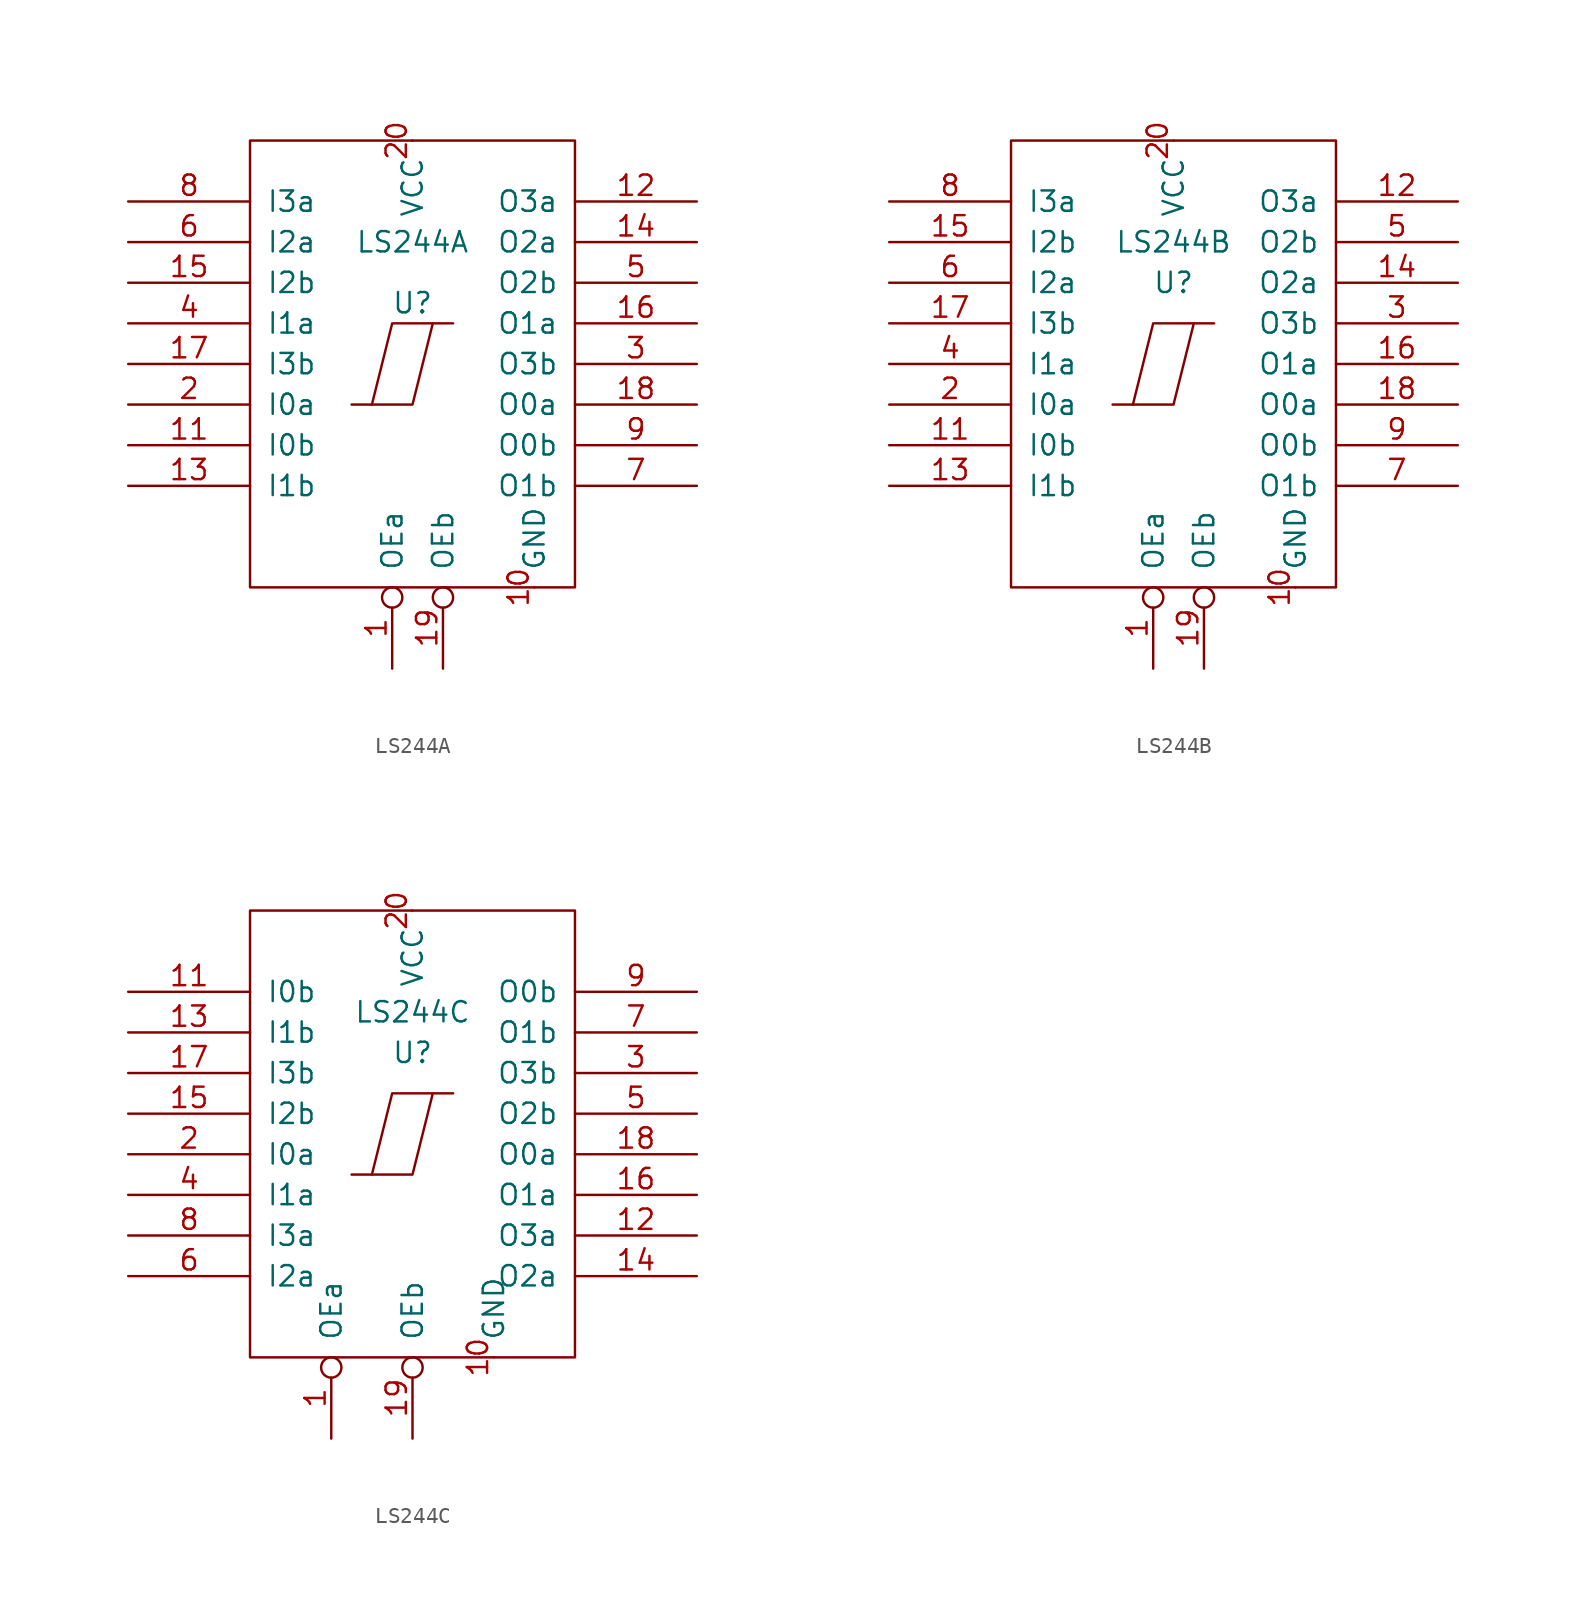
<source format=kicad_sym>
(kicad_symbol_lib
  (version 20211014)
  (generator kicad_symbol_editor)
  (symbol "LS244A"
    (pin_names
      (offset 1.016))
    (property "Reference" "U"
      (at 0 3.81 0)
      (effects (font (size 1.27 1.27))))
    (property "Value" "LS244A"
      (at 0 7.62 0)
      (effects (font (size 1.27 1.27))))
    (symbol "LS244A_1_1"
      (rectangle (start -10.16 13.97) (end 10.16 -13.97) (stroke (width 0) (type default) (color 0 0 0 0)) (fill (type none)))
      (polyline (pts (xy 1.27 2.54) (xy 0 -2.54) (xy -2.54 -2.54)) (stroke (width 0) (type default) (color 0 0 0 0)) (fill (type none)))
      (polyline (pts (xy 2.54 2.54) (xy -1.27 2.54) (xy -2.54 -2.54) (xy -3.81 -2.54)) (stroke (width 0) (type default) (color 0 0 0 0)) (fill (type none)))
      (pin input inverted (at -1.27 -19.05 90) (length 5.08) (name "OEa" (effects (font (size 1.27 1.27)))) (number "1" (effects (font (size 1.27 1.27)))))
      (pin power_in line (at 7.62 -13.97 90) (length 0) (name "GND" (effects (font (size 1.27 1.27)))) (number "10" (effects (font (size 1.27 1.27)))))
      (pin input line (at -17.78 -5.08 0) (length 7.62) (name "I0b" (effects (font (size 1.27 1.27)))) (number "11" (effects (font (size 1.27 1.27)))))
      (pin tri_state line (at 17.78 10.16 180) (length 7.62) (name "O3a" (effects (font (size 1.27 1.27)))) (number "12" (effects (font (size 1.27 1.27)))))
      (pin input line (at -17.78 -7.62 0) (length 7.62) (name "I1b" (effects (font (size 1.27 1.27)))) (number "13" (effects (font (size 1.27 1.27)))))
      (pin tri_state line (at 17.78 7.62 180) (length 7.62) (name "O2a" (effects (font (size 1.27 1.27)))) (number "14" (effects (font (size 1.27 1.27)))))
      (pin input line (at -17.78 5.08 0) (length 7.62) (name "I2b" (effects (font (size 1.27 1.27)))) (number "15" (effects (font (size 1.27 1.27)))))
      (pin tri_state line (at 17.78 2.54 180) (length 7.62) (name "O1a" (effects (font (size 1.27 1.27)))) (number "16" (effects (font (size 1.27 1.27)))))
      (pin input line (at -17.78 0 0) (length 7.62) (name "I3b" (effects (font (size 1.27 1.27)))) (number "17" (effects (font (size 1.27 1.27)))))
      (pin tri_state line (at 17.78 -2.54 180) (length 7.62) (name "O0a" (effects (font (size 1.27 1.27)))) (number "18" (effects (font (size 1.27 1.27)))))
      (pin input inverted (at 1.905 -19.05 90) (length 5.08) (name "OEb" (effects (font (size 1.27 1.27)))) (number "19" (effects (font (size 1.27 1.27)))))
      (pin input line (at -17.78 -2.54 0) (length 7.62) (name "I0a" (effects (font (size 1.27 1.27)))) (number "2" (effects (font (size 1.27 1.27)))))
      (pin power_in line (at 0 13.97 270) (length 0) (name "VCC" (effects (font (size 1.27 1.27)))) (number "20" (effects (font (size 1.27 1.27)))))
      (pin tri_state line (at 17.78 0 180) (length 7.62) (name "O3b" (effects (font (size 1.27 1.27)))) (number "3" (effects (font (size 1.27 1.27)))))
      (pin input line (at -17.78 2.54 0) (length 7.62) (name "I1a" (effects (font (size 1.27 1.27)))) (number "4" (effects (font (size 1.27 1.27)))))
      (pin tri_state line (at 17.78 5.08 180) (length 7.62) (name "O2b" (effects (font (size 1.27 1.27)))) (number "5" (effects (font (size 1.27 1.27)))))
      (pin input line (at -17.78 7.62 0) (length 7.62) (name "I2a" (effects (font (size 1.27 1.27)))) (number "6" (effects (font (size 1.27 1.27)))))
      (pin tri_state line (at 17.78 -7.62 180) (length 7.62) (name "O1b" (effects (font (size 1.27 1.27)))) (number "7" (effects (font (size 1.27 1.27)))))
      (pin input line (at -17.78 10.16 0) (length 7.62) (name "I3a" (effects (font (size 1.27 1.27)))) (number "8" (effects (font (size 1.27 1.27)))))
      (pin tri_state line (at 17.78 -5.08 180) (length 7.62) (name "O0b" (effects (font (size 1.27 1.27)))) (number "9" (effects (font (size 1.27 1.27)))))))
  (symbol "LS244B"
    (pin_names
      (offset 1.016))
    (property "Reference" "U"
      (at 0 5.08 0)
      (effects (font (size 1.27 1.27))))
    (property "Value" "LS244B"
      (at 0 7.62 0)
      (effects (font (size 1.27 1.27))))
    (symbol "LS244B_1_1"
      (rectangle (start -10.16 13.97) (end 10.16 -13.97) (stroke (width 0) (type default) (color 0 0 0 0)) (fill (type none)))
      (polyline (pts (xy 1.27 2.54) (xy 0 -2.54) (xy -2.54 -2.54)) (stroke (width 0) (type default) (color 0 0 0 0)) (fill (type none)))
      (polyline (pts (xy 2.54 2.54) (xy -1.27 2.54) (xy -2.54 -2.54) (xy -3.81 -2.54)) (stroke (width 0) (type default) (color 0 0 0 0)) (fill (type none)))
      (pin input inverted (at -1.27 -19.05 90) (length 5.08) (name "OEa" (effects (font (size 1.27 1.27)))) (number "1" (effects (font (size 1.27 1.27)))))
      (pin power_in line (at 7.62 -13.97 90) (length 0) (name "GND" (effects (font (size 1.27 1.27)))) (number "10" (effects (font (size 1.27 1.27)))))
      (pin input line (at -17.78 -5.08 0) (length 7.62) (name "I0b" (effects (font (size 1.27 1.27)))) (number "11" (effects (font (size 1.27 1.27)))))
      (pin tri_state line (at 17.78 10.16 180) (length 7.62) (name "O3a" (effects (font (size 1.27 1.27)))) (number "12" (effects (font (size 1.27 1.27)))))
      (pin input line (at -17.78 -7.62 0) (length 7.62) (name "I1b" (effects (font (size 1.27 1.27)))) (number "13" (effects (font (size 1.27 1.27)))))
      (pin tri_state line (at 17.78 5.08 180) (length 7.62) (name "O2a" (effects (font (size 1.27 1.27)))) (number "14" (effects (font (size 1.27 1.27)))))
      (pin input line (at -17.78 7.62 0) (length 7.62) (name "I2b" (effects (font (size 1.27 1.27)))) (number "15" (effects (font (size 1.27 1.27)))))
      (pin tri_state line (at 17.78 0 180) (length 7.62) (name "O1a" (effects (font (size 1.27 1.27)))) (number "16" (effects (font (size 1.27 1.27)))))
      (pin input line (at -17.78 2.54 0) (length 7.62) (name "I3b" (effects (font (size 1.27 1.27)))) (number "17" (effects (font (size 1.27 1.27)))))
      (pin tri_state line (at 17.78 -2.54 180) (length 7.62) (name "O0a" (effects (font (size 1.27 1.27)))) (number "18" (effects (font (size 1.27 1.27)))))
      (pin input inverted (at 1.905 -19.05 90) (length 5.08) (name "OEb" (effects (font (size 1.27 1.27)))) (number "19" (effects (font (size 1.27 1.27)))))
      (pin input line (at -17.78 -2.54 0) (length 7.62) (name "I0a" (effects (font (size 1.27 1.27)))) (number "2" (effects (font (size 1.27 1.27)))))
      (pin power_in line (at 0 13.97 270) (length 0) (name "VCC" (effects (font (size 1.27 1.27)))) (number "20" (effects (font (size 1.27 1.27)))))
      (pin tri_state line (at 17.78 2.54 180) (length 7.62) (name "O3b" (effects (font (size 1.27 1.27)))) (number "3" (effects (font (size 1.27 1.27)))))
      (pin input line (at -17.78 0 0) (length 7.62) (name "I1a" (effects (font (size 1.27 1.27)))) (number "4" (effects (font (size 1.27 1.27)))))
      (pin tri_state line (at 17.78 7.62 180) (length 7.62) (name "O2b" (effects (font (size 1.27 1.27)))) (number "5" (effects (font (size 1.27 1.27)))))
      (pin input line (at -17.78 5.08 0) (length 7.62) (name "I2a" (effects (font (size 1.27 1.27)))) (number "6" (effects (font (size 1.27 1.27)))))
      (pin tri_state line (at 17.78 -7.62 180) (length 7.62) (name "O1b" (effects (font (size 1.27 1.27)))) (number "7" (effects (font (size 1.27 1.27)))))
      (pin input line (at -17.78 10.16 0) (length 7.62) (name "I3a" (effects (font (size 1.27 1.27)))) (number "8" (effects (font (size 1.27 1.27)))))
      (pin tri_state line (at 17.78 -5.08 180) (length 7.62) (name "O0b" (effects (font (size 1.27 1.27)))) (number "9" (effects (font (size 1.27 1.27)))))))
  (symbol "LS244C"
    (pin_names
      (offset 1.016))
    (property "Reference" "U"
      (at 0 5.08 0)
      (effects (font (size 1.27 1.27))))
    (property "Value" "LS244C"
      (at 0 7.62 0)
      (effects (font (size 1.27 1.27))))
    (symbol "LS244C_1_1"
      (rectangle (start -10.16 13.97) (end 10.16 -13.97) (stroke (width 0) (type default) (color 0 0 0 0)) (fill (type none)))
      (polyline (pts (xy 1.27 2.54) (xy 0 -2.54) (xy -2.54 -2.54)) (stroke (width 0) (type default) (color 0 0 0 0)) (fill (type none)))
      (polyline (pts (xy 2.54 2.54) (xy -1.27 2.54) (xy -2.54 -2.54) (xy -3.81 -2.54)) (stroke (width 0) (type default) (color 0 0 0 0)) (fill (type none)))
      (pin input inverted (at -5.08 -19.05 90) (length 5.08) (name "OEa" (effects (font (size 1.27 1.27)))) (number "1" (effects (font (size 1.27 1.27)))))
      (pin power_in line (at 5.08 -13.97 90) (length 0) (name "GND" (effects (font (size 1.27 1.27)))) (number "10" (effects (font (size 1.27 1.27)))))
      (pin input line (at -17.78 8.89 0) (length 7.62) (name "I0b" (effects (font (size 1.27 1.27)))) (number "11" (effects (font (size 1.27 1.27)))))
      (pin tri_state line (at 17.78 -6.35 180) (length 7.62) (name "O3a" (effects (font (size 1.27 1.27)))) (number "12" (effects (font (size 1.27 1.27)))))
      (pin input line (at -17.78 6.35 0) (length 7.62) (name "I1b" (effects (font (size 1.27 1.27)))) (number "13" (effects (font (size 1.27 1.27)))))
      (pin tri_state line (at 17.78 -8.89 180) (length 7.62) (name "O2a" (effects (font (size 1.27 1.27)))) (number "14" (effects (font (size 1.27 1.27)))))
      (pin input line (at -17.78 1.27 0) (length 7.62) (name "I2b" (effects (font (size 1.27 1.27)))) (number "15" (effects (font (size 1.27 1.27)))))
      (pin tri_state line (at 17.78 -3.81 180) (length 7.62) (name "O1a" (effects (font (size 1.27 1.27)))) (number "16" (effects (font (size 1.27 1.27)))))
      (pin input line (at -17.78 3.81 0) (length 7.62) (name "I3b" (effects (font (size 1.27 1.27)))) (number "17" (effects (font (size 1.27 1.27)))))
      (pin tri_state line (at 17.78 -1.27 180) (length 7.62) (name "O0a" (effects (font (size 1.27 1.27)))) (number "18" (effects (font (size 1.27 1.27)))))
      (pin input inverted (at 0 -19.05 90) (length 5.08) (name "OEb" (effects (font (size 1.27 1.27)))) (number "19" (effects (font (size 1.27 1.27)))))
      (pin input line (at -17.78 -1.27 0) (length 7.62) (name "I0a" (effects (font (size 1.27 1.27)))) (number "2" (effects (font (size 1.27 1.27)))))
      (pin power_in line (at 0 13.97 270) (length 0) (name "VCC" (effects (font (size 1.27 1.27)))) (number "20" (effects (font (size 1.27 1.27)))))
      (pin tri_state line (at 17.78 3.81 180) (length 7.62) (name "O3b" (effects (font (size 1.27 1.27)))) (number "3" (effects (font (size 1.27 1.27)))))
      (pin input line (at -17.78 -3.81 0) (length 7.62) (name "I1a" (effects (font (size 1.27 1.27)))) (number "4" (effects (font (size 1.27 1.27)))))
      (pin tri_state line (at 17.78 1.27 180) (length 7.62) (name "O2b" (effects (font (size 1.27 1.27)))) (number "5" (effects (font (size 1.27 1.27)))))
      (pin input line (at -17.78 -8.89 0) (length 7.62) (name "I2a" (effects (font (size 1.27 1.27)))) (number "6" (effects (font (size 1.27 1.27)))))
      (pin tri_state line (at 17.78 6.35 180) (length 7.62) (name "O1b" (effects (font (size 1.27 1.27)))) (number "7" (effects (font (size 1.27 1.27)))))
      (pin input line (at -17.78 -6.35 0) (length 7.62) (name "I3a" (effects (font (size 1.27 1.27)))) (number "8" (effects (font (size 1.27 1.27)))))
      (pin tri_state line (at 17.78 8.89 180) (length 7.62) (name "O0b" (effects (font (size 1.27 1.27)))) (number "9" (effects (font (size 1.27 1.27))))))))
</source>
